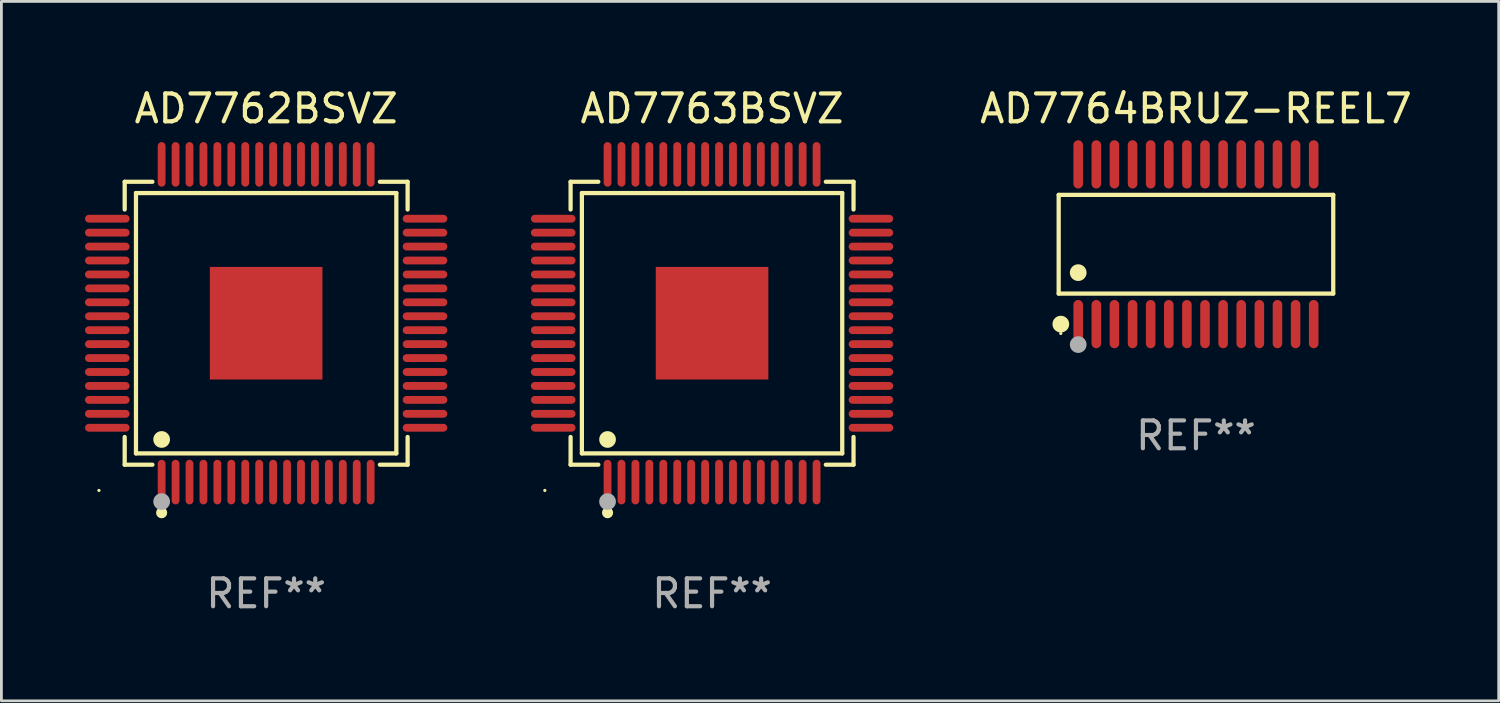
<source format=kicad_pcb>
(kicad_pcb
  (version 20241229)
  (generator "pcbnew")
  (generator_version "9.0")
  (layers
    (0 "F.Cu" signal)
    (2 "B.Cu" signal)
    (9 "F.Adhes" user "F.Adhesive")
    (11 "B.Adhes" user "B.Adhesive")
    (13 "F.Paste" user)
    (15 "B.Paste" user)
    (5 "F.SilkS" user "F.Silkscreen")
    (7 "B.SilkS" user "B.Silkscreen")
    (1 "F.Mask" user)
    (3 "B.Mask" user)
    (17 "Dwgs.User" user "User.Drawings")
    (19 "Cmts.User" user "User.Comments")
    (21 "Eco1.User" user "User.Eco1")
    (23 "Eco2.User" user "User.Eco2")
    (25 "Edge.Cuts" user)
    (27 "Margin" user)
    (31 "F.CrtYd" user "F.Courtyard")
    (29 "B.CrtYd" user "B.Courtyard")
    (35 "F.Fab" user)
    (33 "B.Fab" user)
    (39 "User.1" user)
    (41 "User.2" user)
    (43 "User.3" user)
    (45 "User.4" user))
  (footprint "AD7763BSVZ"
    (layer "F.Cu")
    (at 22.5 8.548)
    (property "Reference" "AD7763BSVZ" (at 0 -7.7 0) (layer "F.SilkS") (effects (font (size 1 1) (thickness 0.15))))
    (attr through_hole)
    (fp_line (start -5.076 -5.076) (end -4.081 -5.076) (stroke (width 0.152) (type solid)) (layer "F.SilkS"))
    (fp_line (start -5.076 -4.081) (end -5.076 -5.076) (stroke (width 0.152) (type solid)) (layer "F.SilkS"))
    (fp_line (start -5.076 4.081) (end -5.076 5.076) (stroke (width 0.152) (type solid)) (layer "F.SilkS"))
    (fp_line (start -5.076 5.076) (end -4.081 5.076) (stroke (width 0.152) (type solid)) (layer "F.SilkS"))
    (fp_line (start -4.671 -4.671) (end 4.671 -4.671) (stroke (width 0.152) (type solid)) (layer "F.SilkS"))
    (fp_line (start -4.671 4.671) (end -4.671 -4.671) (stroke (width 0.152) (type solid)) (layer "F.SilkS"))
    (fp_line (start 4.671 -4.671) (end 4.671 4.671) (stroke (width 0.152) (type solid)) (layer "F.SilkS"))
    (fp_line (start 4.671 4.671) (end -4.671 4.671) (stroke (width 0.152) (type solid)) (layer "F.SilkS"))
    (fp_line (start 5.076 -5.076) (end 4.081 -5.076) (stroke (width 0.152) (type solid)) (layer "F.SilkS"))
    (fp_line (start 5.076 -4.081) (end 5.076 -5.076) (stroke (width 0.152) (type solid)) (layer "F.SilkS"))
    (fp_line (start 5.076 4.081) (end 5.076 5.076) (stroke (width 0.152) (type solid)) (layer "F.SilkS"))
    (fp_line (start 5.076 5.076) (end 4.081 5.076) (stroke (width 0.152) (type solid)) (layer "F.SilkS"))
    (fp_circle (center -6 6) (end -5.97 6) (stroke (width 0.06) (type solid)) (fill no) (layer "F.SilkS"))
    (fp_circle (center -3.75 4.171) (end -3.6 4.171) (stroke (width 0.3) (type solid)) (fill no) (layer "F.SilkS"))
    (fp_circle (center -3.75 6.8) (end -3.65 6.8) (stroke (width 0.2) (type solid)) (fill no) (layer "F.SilkS"))
    (fp_circle (center -3.75 6.4) (end -3.6 6.4) (stroke (width 0.3) (type solid)) (fill no) (layer "F.Fab"))
    (fp_text user "REF**" (at 0 9.7 0) (layer "F.Fab") (effects (font (size 1 1) (thickness 0.15))))
    (pad "1" smd oval (at -3.75 5.7) (size 0.28 1.6) (layers "F.Cu" "F.Mask" "F.Paste"))
    (pad "2" smd oval (at -3.25 5.7) (size 0.28 1.6) (layers "F.Cu" "F.Mask" "F.Paste"))
    (pad "3" smd oval (at -2.75 5.7) (size 0.28 1.6) (layers "F.Cu" "F.Mask" "F.Paste"))
    (pad "4" smd oval (at -2.25 5.7) (size 0.28 1.6) (layers "F.Cu" "F.Mask" "F.Paste"))
    (pad "5" smd oval (at -1.75 5.7) (size 0.28 1.6) (layers "F.Cu" "F.Mask" "F.Paste"))
    (pad "6" smd oval (at -1.25 5.7) (size 0.28 1.6) (layers "F.Cu" "F.Mask" "F.Paste"))
    (pad "7" smd oval (at -0.75 5.7) (size 0.28 1.6) (layers "F.Cu" "F.Mask" "F.Paste"))
    (pad "8" smd oval (at -0.25 5.7) (size 0.28 1.6) (layers "F.Cu" "F.Mask" "F.Paste"))
    (pad "9" smd oval (at 0.25 5.7) (size 0.28 1.6) (layers "F.Cu" "F.Mask" "F.Paste"))
    (pad "10" smd oval (at 0.75 5.7) (size 0.28 1.6) (layers "F.Cu" "F.Mask" "F.Paste"))
    (pad "11" smd oval (at 1.25 5.7) (size 0.28 1.6) (layers "F.Cu" "F.Mask" "F.Paste"))
    (pad "12" smd oval (at 1.75 5.7) (size 0.28 1.6) (layers "F.Cu" "F.Mask" "F.Paste"))
    (pad "13" smd oval (at 2.25 5.7) (size 0.28 1.6) (layers "F.Cu" "F.Mask" "F.Paste"))
    (pad "14" smd oval (at 2.75 5.7) (size 0.28 1.6) (layers "F.Cu" "F.Mask" "F.Paste"))
    (pad "15" smd oval (at 3.25 5.7) (size 0.28 1.6) (layers "F.Cu" "F.Mask" "F.Paste"))
    (pad "16" smd oval (at 3.75 5.7) (size 0.28 1.6) (layers "F.Cu" "F.Mask" "F.Paste"))
    (pad "17" smd oval (at 5.7 3.75) (size 1.6 0.28) (layers "F.Cu" "F.Mask" "F.Paste"))
    (pad "18" smd oval (at 5.7 3.25) (size 1.6 0.28) (layers "F.Cu" "F.Mask" "F.Paste"))
    (pad "19" smd oval (at 5.7 2.75) (size 1.6 0.28) (layers "F.Cu" "F.Mask" "F.Paste"))
    (pad "20" smd oval (at 5.7 2.25) (size 1.6 0.28) (layers "F.Cu" "F.Mask" "F.Paste"))
    (pad "21" smd oval (at 5.7 1.75) (size 1.6 0.28) (layers "F.Cu" "F.Mask" "F.Paste"))
    (pad "22" smd oval (at 5.7 1.25) (size 1.6 0.28) (layers "F.Cu" "F.Mask" "F.Paste"))
    (pad "23" smd oval (at 5.7 0.75) (size 1.6 0.28) (layers "F.Cu" "F.Mask" "F.Paste"))
    (pad "24" smd oval (at 5.7 0.25) (size 1.6 0.28) (layers "F.Cu" "F.Mask" "F.Paste"))
    (pad "25" smd oval (at 5.7 -0.25) (size 1.6 0.28) (layers "F.Cu" "F.Mask" "F.Paste"))
    (pad "26" smd oval (at 5.7 -0.75) (size 1.6 0.28) (layers "F.Cu" "F.Mask" "F.Paste"))
    (pad "27" smd oval (at 5.7 -1.25) (size 1.6 0.28) (layers "F.Cu" "F.Mask" "F.Paste"))
    (pad "28" smd oval (at 5.7 -1.75) (size 1.6 0.28) (layers "F.Cu" "F.Mask" "F.Paste"))
    (pad "29" smd oval (at 5.7 -2.25) (size 1.6 0.28) (layers "F.Cu" "F.Mask" "F.Paste"))
    (pad "30" smd oval (at 5.7 -2.75) (size 1.6 0.28) (layers "F.Cu" "F.Mask" "F.Paste"))
    (pad "31" smd oval (at 5.7 -3.25) (size 1.6 0.28) (layers "F.Cu" "F.Mask" "F.Paste"))
    (pad "32" smd oval (at 5.7 -3.75) (size 1.6 0.28) (layers "F.Cu" "F.Mask" "F.Paste"))
    (pad "33" smd oval (at 3.75 -5.7) (size 0.28 1.6) (layers "F.Cu" "F.Mask" "F.Paste"))
    (pad "34" smd oval (at 3.25 -5.7) (size 0.28 1.6) (layers "F.Cu" "F.Mask" "F.Paste"))
    (pad "35" smd oval (at 2.75 -5.7) (size 0.28 1.6) (layers "F.Cu" "F.Mask" "F.Paste"))
    (pad "36" smd oval (at 2.25 -5.7) (size 0.28 1.6) (layers "F.Cu" "F.Mask" "F.Paste"))
    (pad "37" smd oval (at 1.75 -5.7) (size 0.28 1.6) (layers "F.Cu" "F.Mask" "F.Paste"))
    (pad "38" smd oval (at 1.25 -5.7) (size 0.28 1.6) (layers "F.Cu" "F.Mask" "F.Paste"))
    (pad "39" smd oval (at 0.75 -5.7) (size 0.28 1.6) (layers "F.Cu" "F.Mask" "F.Paste"))
    (pad "40" smd oval (at 0.25 -5.7) (size 0.28 1.6) (layers "F.Cu" "F.Mask" "F.Paste"))
    (pad "41" smd oval (at -0.25 -5.7) (size 0.28 1.6) (layers "F.Cu" "F.Mask" "F.Paste"))
    (pad "42" smd oval (at -0.75 -5.7) (size 0.28 1.6) (layers "F.Cu" "F.Mask" "F.Paste"))
    (pad "43" smd oval (at -1.25 -5.7) (size 0.28 1.6) (layers "F.Cu" "F.Mask" "F.Paste"))
    (pad "44" smd oval (at -1.75 -5.7) (size 0.28 1.6) (layers "F.Cu" "F.Mask" "F.Paste"))
    (pad "45" smd oval (at -2.25 -5.7) (size 0.28 1.6) (layers "F.Cu" "F.Mask" "F.Paste"))
    (pad "46" smd oval (at -2.75 -5.7) (size 0.28 1.6) (layers "F.Cu" "F.Mask" "F.Paste"))
    (pad "47" smd oval (at -3.25 -5.7) (size 0.28 1.6) (layers "F.Cu" "F.Mask" "F.Paste"))
    (pad "48" smd oval (at -3.75 -5.7) (size 0.28 1.6) (layers "F.Cu" "F.Mask" "F.Paste"))
    (pad "49" smd oval (at -5.7 -3.75) (size 1.6 0.28) (layers "F.Cu" "F.Mask" "F.Paste"))
    (pad "50" smd oval (at -5.7 -3.25) (size 1.6 0.28) (layers "F.Cu" "F.Mask" "F.Paste"))
    (pad "51" smd oval (at -5.7 -2.75) (size 1.6 0.28) (layers "F.Cu" "F.Mask" "F.Paste"))
    (pad "52" smd oval (at -5.7 -2.25) (size 1.6 0.28) (layers "F.Cu" "F.Mask" "F.Paste"))
    (pad "53" smd oval (at -5.7 -1.75) (size 1.6 0.28) (layers "F.Cu" "F.Mask" "F.Paste"))
    (pad "54" smd oval (at -5.7 -1.25) (size 1.6 0.28) (layers "F.Cu" "F.Mask" "F.Paste"))
    (pad "55" smd oval (at -5.7 -0.75) (size 1.6 0.28) (layers "F.Cu" "F.Mask" "F.Paste"))
    (pad "56" smd oval (at -5.7 -0.25) (size 1.6 0.28) (layers "F.Cu" "F.Mask" "F.Paste"))
    (pad "57" smd oval (at -5.7 0.25) (size 1.6 0.28) (layers "F.Cu" "F.Mask" "F.Paste"))
    (pad "58" smd oval (at -5.7 0.75) (size 1.6 0.28) (layers "F.Cu" "F.Mask" "F.Paste"))
    (pad "59" smd oval (at -5.7 1.25) (size 1.6 0.28) (layers "F.Cu" "F.Mask" "F.Paste"))
    (pad "60" smd oval (at -5.7 1.75) (size 1.6 0.28) (layers "F.Cu" "F.Mask" "F.Paste"))
    (pad "61" smd oval (at -5.7 2.25) (size 1.6 0.28) (layers "F.Cu" "F.Mask" "F.Paste"))
    (pad "62" smd oval (at -5.7 2.75) (size 1.6 0.28) (layers "F.Cu" "F.Mask" "F.Paste"))
    (pad "63" smd oval (at -5.7 3.25) (size 1.6 0.28) (layers "F.Cu" "F.Mask" "F.Paste"))
    (pad "64" smd oval (at -5.7 3.75) (size 1.6 0.28) (layers "F.Cu" "F.Mask" "F.Paste"))
    (pad "65" smd rect (at 0 0) (size 4.04 4.04) (layers "F.Cu" "F.Mask" "F.Paste")))
  (footprint "AD7764BRUZ-REEL7"
    (layer "F.Cu")
    (at 39.863 5.714)
    (property "Reference" "AD7764BRUZ-REEL7" (at 0 -4.866 0) (layer "F.SilkS") (effects (font (size 1 1) (thickness 0.15))))
    (attr through_hole)
    (fp_line (start -4.926 -1.772) (end 4.926 -1.772) (stroke (width 0.152) (type solid)) (layer "F.SilkS"))
    (fp_line (start -4.926 1.771) (end -4.926 -1.772) (stroke (width 0.152) (type solid)) (layer "F.SilkS"))
    (fp_line (start 4.926 -1.772) (end 4.926 1.771) (stroke (width 0.152) (type solid)) (layer "F.SilkS"))
    (fp_line (start 4.926 1.771) (end -4.926 1.771) (stroke (width 0.152) (type solid)) (layer "F.SilkS"))
    (fp_circle (center -4.85 3.2) (end -4.82 3.2) (stroke (width 0.06) (type solid)) (fill no) (layer "F.SilkS"))
    (fp_circle (center -4.849 2.866) (end -4.699 2.866) (stroke (width 0.3) (type solid)) (fill no) (layer "F.SilkS"))
    (fp_circle (center -4.225 1.019) (end -4.075 1.019) (stroke (width 0.3) (type solid)) (fill no) (layer "F.SilkS"))
    (fp_circle (center -4.225 3.6) (end -4.075 3.6) (stroke (width 0.3) (type solid)) (fill no) (layer "F.Fab"))
    (fp_text user "REF**" (at 0 6.866 0) (layer "F.Fab") (effects (font (size 1 1) (thickness 0.15))))
    (pad "1" smd oval (at -4.225 2.866) (size 0.343 1.731) (layers "F.Cu" "F.Mask" "F.Paste"))
    (pad "2" smd oval (at -3.575 2.866) (size 0.343 1.731) (layers "F.Cu" "F.Mask" "F.Paste"))
    (pad "3" smd oval (at -2.925 2.866) (size 0.343 1.731) (layers "F.Cu" "F.Mask" "F.Paste"))
    (pad "4" smd oval (at -2.275 2.866) (size 0.343 1.731) (layers "F.Cu" "F.Mask" "F.Paste"))
    (pad "5" smd oval (at -1.625 2.866) (size 0.343 1.731) (layers "F.Cu" "F.Mask" "F.Paste"))
    (pad "6" smd oval (at -0.975 2.866) (size 0.343 1.731) (layers "F.Cu" "F.Mask" "F.Paste"))
    (pad "7" smd oval (at -0.325 2.866) (size 0.343 1.731) (layers "F.Cu" "F.Mask" "F.Paste"))
    (pad "8" smd oval (at 0.325 2.866) (size 0.343 1.731) (layers "F.Cu" "F.Mask" "F.Paste"))
    (pad "9" smd oval (at 0.975 2.866) (size 0.343 1.731) (layers "F.Cu" "F.Mask" "F.Paste"))
    (pad "10" smd oval (at 1.625 2.866) (size 0.343 1.731) (layers "F.Cu" "F.Mask" "F.Paste"))
    (pad "11" smd oval (at 2.275 2.866) (size 0.343 1.731) (layers "F.Cu" "F.Mask" "F.Paste"))
    (pad "12" smd oval (at 2.925 2.866) (size 0.343 1.731) (layers "F.Cu" "F.Mask" "F.Paste"))
    (pad "13" smd oval (at 3.575 2.866) (size 0.343 1.731) (layers "F.Cu" "F.Mask" "F.Paste"))
    (pad "14" smd oval (at 4.225 2.866) (size 0.343 1.731) (layers "F.Cu" "F.Mask" "F.Paste"))
    (pad "15" smd oval (at 4.225 -2.866) (size 0.343 1.731) (layers "F.Cu" "F.Mask" "F.Paste"))
    (pad "16" smd oval (at 3.575 -2.866) (size 0.343 1.731) (layers "F.Cu" "F.Mask" "F.Paste"))
    (pad "17" smd oval (at 2.925 -2.866) (size 0.343 1.731) (layers "F.Cu" "F.Mask" "F.Paste"))
    (pad "18" smd oval (at 2.275 -2.866) (size 0.343 1.731) (layers "F.Cu" "F.Mask" "F.Paste"))
    (pad "19" smd oval (at 1.625 -2.866) (size 0.343 1.731) (layers "F.Cu" "F.Mask" "F.Paste"))
    (pad "20" smd oval (at 0.975 -2.866) (size 0.343 1.731) (layers "F.Cu" "F.Mask" "F.Paste"))
    (pad "21" smd oval (at 0.325 -2.866) (size 0.343 1.731) (layers "F.Cu" "F.Mask" "F.Paste"))
    (pad "22" smd oval (at -0.325 -2.866) (size 0.343 1.731) (layers "F.Cu" "F.Mask" "F.Paste"))
    (pad "23" smd oval (at -0.975 -2.866) (size 0.343 1.731) (layers "F.Cu" "F.Mask" "F.Paste"))
    (pad "24" smd oval (at -1.625 -2.866) (size 0.343 1.731) (layers "F.Cu" "F.Mask" "F.Paste"))
    (pad "25" smd oval (at -2.275 -2.866) (size 0.343 1.731) (layers "F.Cu" "F.Mask" "F.Paste"))
    (pad "26" smd oval (at -2.925 -2.866) (size 0.343 1.731) (layers "F.Cu" "F.Mask" "F.Paste"))
    (pad "27" smd oval (at -3.575 -2.866) (size 0.343 1.731) (layers "F.Cu" "F.Mask" "F.Paste"))
    (pad "28" smd oval (at -4.225 -2.866) (size 0.343 1.731) (layers "F.Cu" "F.Mask" "F.Paste")))
  (footprint "AD7762BSVZ"
    (layer "F.Cu")
    (at 6.5 8.548)
    (property "Reference" "AD7762BSVZ" (at 0 -7.7 0) (layer "F.SilkS") (effects (font (size 1 1) (thickness 0.15))))
    (attr through_hole)
    (fp_line (start -5.076 -5.076) (end -4.081 -5.076) (stroke (width 0.152) (type solid)) (layer "F.SilkS"))
    (fp_line (start -5.076 -4.081) (end -5.076 -5.076) (stroke (width 0.152) (type solid)) (layer "F.SilkS"))
    (fp_line (start -5.076 4.081) (end -5.076 5.076) (stroke (width 0.152) (type solid)) (layer "F.SilkS"))
    (fp_line (start -5.076 5.076) (end -4.081 5.076) (stroke (width 0.152) (type solid)) (layer "F.SilkS"))
    (fp_line (start -4.671 -4.671) (end 4.671 -4.671) (stroke (width 0.152) (type solid)) (layer "F.SilkS"))
    (fp_line (start -4.671 4.671) (end -4.671 -4.671) (stroke (width 0.152) (type solid)) (layer "F.SilkS"))
    (fp_line (start 4.671 -4.671) (end 4.671 4.671) (stroke (width 0.152) (type solid)) (layer "F.SilkS"))
    (fp_line (start 4.671 4.671) (end -4.671 4.671) (stroke (width 0.152) (type solid)) (layer "F.SilkS"))
    (fp_line (start 5.076 -5.076) (end 4.081 -5.076) (stroke (width 0.152) (type solid)) (layer "F.SilkS"))
    (fp_line (start 5.076 -4.081) (end 5.076 -5.076) (stroke (width 0.152) (type solid)) (layer "F.SilkS"))
    (fp_line (start 5.076 4.081) (end 5.076 5.076) (stroke (width 0.152) (type solid)) (layer "F.SilkS"))
    (fp_line (start 5.076 5.076) (end 4.081 5.076) (stroke (width 0.152) (type solid)) (layer "F.SilkS"))
    (fp_circle (center -6 6) (end -5.97 6) (stroke (width 0.06) (type solid)) (fill no) (layer "F.SilkS"))
    (fp_circle (center -3.75 4.171) (end -3.6 4.171) (stroke (width 0.3) (type solid)) (fill no) (layer "F.SilkS"))
    (fp_circle (center -3.75 6.8) (end -3.65 6.8) (stroke (width 0.2) (type solid)) (fill no) (layer "F.SilkS"))
    (fp_circle (center -3.75 6.4) (end -3.6 6.4) (stroke (width 0.3) (type solid)) (fill no) (layer "F.Fab"))
    (fp_text user "REF**" (at 0 9.7 0) (layer "F.Fab") (effects (font (size 1 1) (thickness 0.15))))
    (pad "1" smd oval (at -3.75 5.7) (size 0.28 1.6) (layers "F.Cu" "F.Mask" "F.Paste"))
    (pad "2" smd oval (at -3.25 5.7) (size 0.28 1.6) (layers "F.Cu" "F.Mask" "F.Paste"))
    (pad "3" smd oval (at -2.75 5.7) (size 0.28 1.6) (layers "F.Cu" "F.Mask" "F.Paste"))
    (pad "4" smd oval (at -2.25 5.7) (size 0.28 1.6) (layers "F.Cu" "F.Mask" "F.Paste"))
    (pad "5" smd oval (at -1.75 5.7) (size 0.28 1.6) (layers "F.Cu" "F.Mask" "F.Paste"))
    (pad "6" smd oval (at -1.25 5.7) (size 0.28 1.6) (layers "F.Cu" "F.Mask" "F.Paste"))
    (pad "7" smd oval (at -0.75 5.7) (size 0.28 1.6) (layers "F.Cu" "F.Mask" "F.Paste"))
    (pad "8" smd oval (at -0.25 5.7) (size 0.28 1.6) (layers "F.Cu" "F.Mask" "F.Paste"))
    (pad "9" smd oval (at 0.25 5.7) (size 0.28 1.6) (layers "F.Cu" "F.Mask" "F.Paste"))
    (pad "10" smd oval (at 0.75 5.7) (size 0.28 1.6) (layers "F.Cu" "F.Mask" "F.Paste"))
    (pad "11" smd oval (at 1.25 5.7) (size 0.28 1.6) (layers "F.Cu" "F.Mask" "F.Paste"))
    (pad "12" smd oval (at 1.75 5.7) (size 0.28 1.6) (layers "F.Cu" "F.Mask" "F.Paste"))
    (pad "13" smd oval (at 2.25 5.7) (size 0.28 1.6) (layers "F.Cu" "F.Mask" "F.Paste"))
    (pad "14" smd oval (at 2.75 5.7) (size 0.28 1.6) (layers "F.Cu" "F.Mask" "F.Paste"))
    (pad "15" smd oval (at 3.25 5.7) (size 0.28 1.6) (layers "F.Cu" "F.Mask" "F.Paste"))
    (pad "16" smd oval (at 3.75 5.7) (size 0.28 1.6) (layers "F.Cu" "F.Mask" "F.Paste"))
    (pad "17" smd oval (at 5.7 3.75) (size 1.6 0.28) (layers "F.Cu" "F.Mask" "F.Paste"))
    (pad "18" smd oval (at 5.7 3.25) (size 1.6 0.28) (layers "F.Cu" "F.Mask" "F.Paste"))
    (pad "19" smd oval (at 5.7 2.75) (size 1.6 0.28) (layers "F.Cu" "F.Mask" "F.Paste"))
    (pad "20" smd oval (at 5.7 2.25) (size 1.6 0.28) (layers "F.Cu" "F.Mask" "F.Paste"))
    (pad "21" smd oval (at 5.7 1.75) (size 1.6 0.28) (layers "F.Cu" "F.Mask" "F.Paste"))
    (pad "22" smd oval (at 5.7 1.25) (size 1.6 0.28) (layers "F.Cu" "F.Mask" "F.Paste"))
    (pad "23" smd oval (at 5.7 0.75) (size 1.6 0.28) (layers "F.Cu" "F.Mask" "F.Paste"))
    (pad "24" smd oval (at 5.7 0.25) (size 1.6 0.28) (layers "F.Cu" "F.Mask" "F.Paste"))
    (pad "25" smd oval (at 5.7 -0.25) (size 1.6 0.28) (layers "F.Cu" "F.Mask" "F.Paste"))
    (pad "26" smd oval (at 5.7 -0.75) (size 1.6 0.28) (layers "F.Cu" "F.Mask" "F.Paste"))
    (pad "27" smd oval (at 5.7 -1.25) (size 1.6 0.28) (layers "F.Cu" "F.Mask" "F.Paste"))
    (pad "28" smd oval (at 5.7 -1.75) (size 1.6 0.28) (layers "F.Cu" "F.Mask" "F.Paste"))
    (pad "29" smd oval (at 5.7 -2.25) (size 1.6 0.28) (layers "F.Cu" "F.Mask" "F.Paste"))
    (pad "30" smd oval (at 5.7 -2.75) (size 1.6 0.28) (layers "F.Cu" "F.Mask" "F.Paste"))
    (pad "31" smd oval (at 5.7 -3.25) (size 1.6 0.28) (layers "F.Cu" "F.Mask" "F.Paste"))
    (pad "32" smd oval (at 5.7 -3.75) (size 1.6 0.28) (layers "F.Cu" "F.Mask" "F.Paste"))
    (pad "33" smd oval (at 3.75 -5.7) (size 0.28 1.6) (layers "F.Cu" "F.Mask" "F.Paste"))
    (pad "34" smd oval (at 3.25 -5.7) (size 0.28 1.6) (layers "F.Cu" "F.Mask" "F.Paste"))
    (pad "35" smd oval (at 2.75 -5.7) (size 0.28 1.6) (layers "F.Cu" "F.Mask" "F.Paste"))
    (pad "36" smd oval (at 2.25 -5.7) (size 0.28 1.6) (layers "F.Cu" "F.Mask" "F.Paste"))
    (pad "37" smd oval (at 1.75 -5.7) (size 0.28 1.6) (layers "F.Cu" "F.Mask" "F.Paste"))
    (pad "38" smd oval (at 1.25 -5.7) (size 0.28 1.6) (layers "F.Cu" "F.Mask" "F.Paste"))
    (pad "39" smd oval (at 0.75 -5.7) (size 0.28 1.6) (layers "F.Cu" "F.Mask" "F.Paste"))
    (pad "40" smd oval (at 0.25 -5.7) (size 0.28 1.6) (layers "F.Cu" "F.Mask" "F.Paste"))
    (pad "41" smd oval (at -0.25 -5.7) (size 0.28 1.6) (layers "F.Cu" "F.Mask" "F.Paste"))
    (pad "42" smd oval (at -0.75 -5.7) (size 0.28 1.6) (layers "F.Cu" "F.Mask" "F.Paste"))
    (pad "43" smd oval (at -1.25 -5.7) (size 0.28 1.6) (layers "F.Cu" "F.Mask" "F.Paste"))
    (pad "44" smd oval (at -1.75 -5.7) (size 0.28 1.6) (layers "F.Cu" "F.Mask" "F.Paste"))
    (pad "45" smd oval (at -2.25 -5.7) (size 0.28 1.6) (layers "F.Cu" "F.Mask" "F.Paste"))
    (pad "46" smd oval (at -2.75 -5.7) (size 0.28 1.6) (layers "F.Cu" "F.Mask" "F.Paste"))
    (pad "47" smd oval (at -3.25 -5.7) (size 0.28 1.6) (layers "F.Cu" "F.Mask" "F.Paste"))
    (pad "48" smd oval (at -3.75 -5.7) (size 0.28 1.6) (layers "F.Cu" "F.Mask" "F.Paste"))
    (pad "49" smd oval (at -5.7 -3.75) (size 1.6 0.28) (layers "F.Cu" "F.Mask" "F.Paste"))
    (pad "50" smd oval (at -5.7 -3.25) (size 1.6 0.28) (layers "F.Cu" "F.Mask" "F.Paste"))
    (pad "51" smd oval (at -5.7 -2.75) (size 1.6 0.28) (layers "F.Cu" "F.Mask" "F.Paste"))
    (pad "52" smd oval (at -5.7 -2.25) (size 1.6 0.28) (layers "F.Cu" "F.Mask" "F.Paste"))
    (pad "53" smd oval (at -5.7 -1.75) (size 1.6 0.28) (layers "F.Cu" "F.Mask" "F.Paste"))
    (pad "54" smd oval (at -5.7 -1.25) (size 1.6 0.28) (layers "F.Cu" "F.Mask" "F.Paste"))
    (pad "55" smd oval (at -5.7 -0.75) (size 1.6 0.28) (layers "F.Cu" "F.Mask" "F.Paste"))
    (pad "56" smd oval (at -5.7 -0.25) (size 1.6 0.28) (layers "F.Cu" "F.Mask" "F.Paste"))
    (pad "57" smd oval (at -5.7 0.25) (size 1.6 0.28) (layers "F.Cu" "F.Mask" "F.Paste"))
    (pad "58" smd oval (at -5.7 0.75) (size 1.6 0.28) (layers "F.Cu" "F.Mask" "F.Paste"))
    (pad "59" smd oval (at -5.7 1.25) (size 1.6 0.28) (layers "F.Cu" "F.Mask" "F.Paste"))
    (pad "60" smd oval (at -5.7 1.75) (size 1.6 0.28) (layers "F.Cu" "F.Mask" "F.Paste"))
    (pad "61" smd oval (at -5.7 2.25) (size 1.6 0.28) (layers "F.Cu" "F.Mask" "F.Paste"))
    (pad "62" smd oval (at -5.7 2.75) (size 1.6 0.28) (layers "F.Cu" "F.Mask" "F.Paste"))
    (pad "63" smd oval (at -5.7 3.25) (size 1.6 0.28) (layers "F.Cu" "F.Mask" "F.Paste"))
    (pad "64" smd oval (at -5.7 3.75) (size 1.6 0.28) (layers "F.Cu" "F.Mask" "F.Paste"))
    (pad "65" smd rect (at 0 0) (size 4.04 4.04) (layers "F.Cu" "F.Mask" "F.Paste")))
  (gr_rect
    (start -3 -3)
    (end 50.726 22.097)
    (stroke (width 0.1) (type default))
    (fill no)
    (layer "Edge.Cuts")))
</source>
